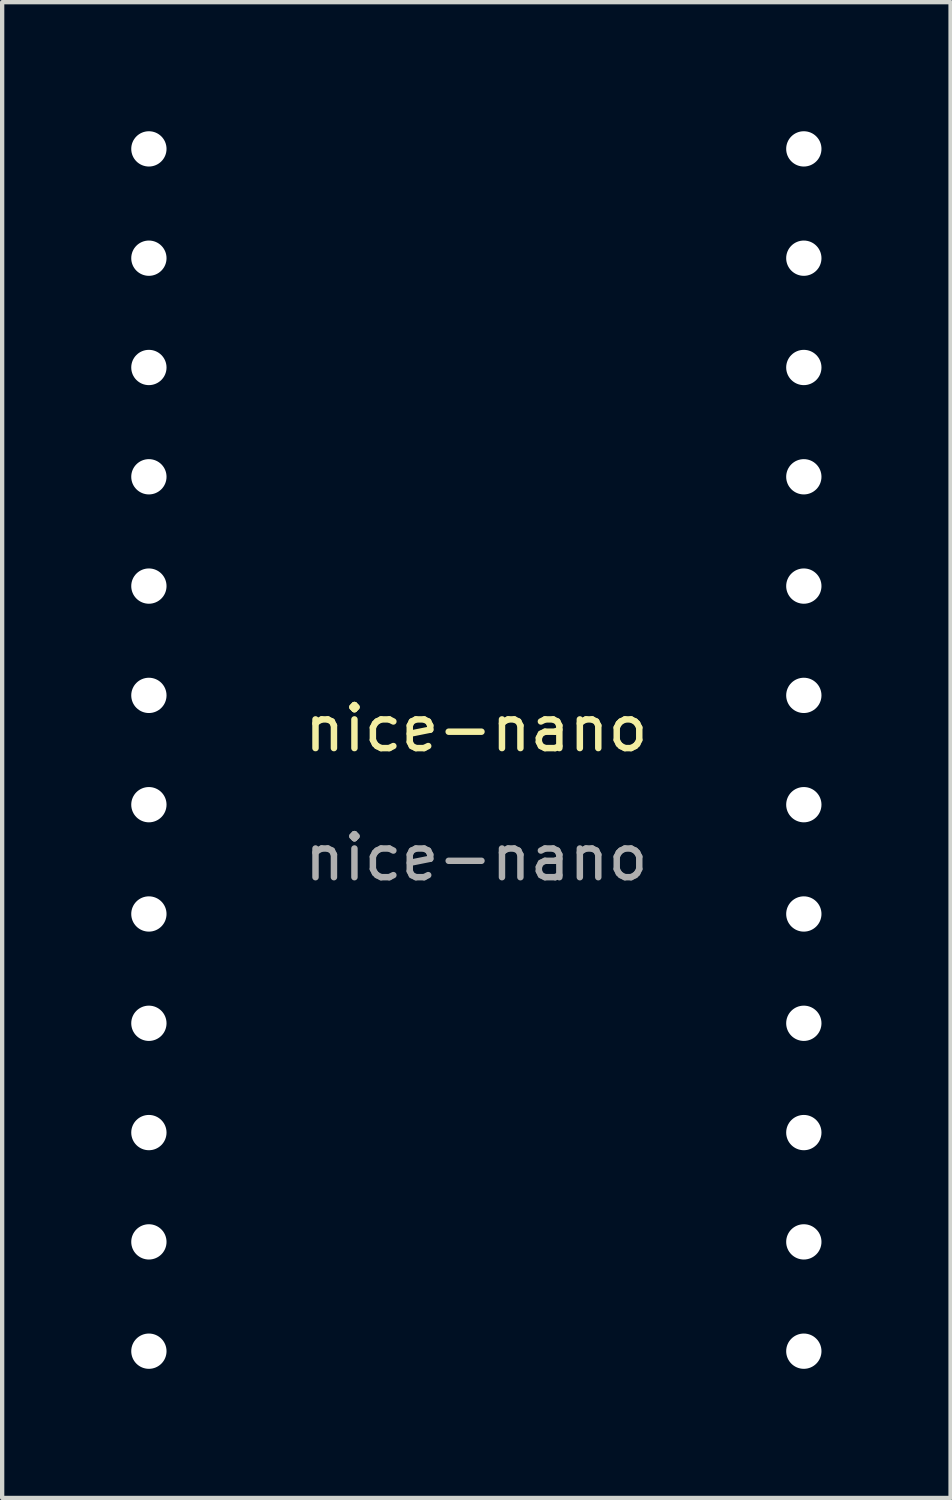
<source format=kicad_pcb>
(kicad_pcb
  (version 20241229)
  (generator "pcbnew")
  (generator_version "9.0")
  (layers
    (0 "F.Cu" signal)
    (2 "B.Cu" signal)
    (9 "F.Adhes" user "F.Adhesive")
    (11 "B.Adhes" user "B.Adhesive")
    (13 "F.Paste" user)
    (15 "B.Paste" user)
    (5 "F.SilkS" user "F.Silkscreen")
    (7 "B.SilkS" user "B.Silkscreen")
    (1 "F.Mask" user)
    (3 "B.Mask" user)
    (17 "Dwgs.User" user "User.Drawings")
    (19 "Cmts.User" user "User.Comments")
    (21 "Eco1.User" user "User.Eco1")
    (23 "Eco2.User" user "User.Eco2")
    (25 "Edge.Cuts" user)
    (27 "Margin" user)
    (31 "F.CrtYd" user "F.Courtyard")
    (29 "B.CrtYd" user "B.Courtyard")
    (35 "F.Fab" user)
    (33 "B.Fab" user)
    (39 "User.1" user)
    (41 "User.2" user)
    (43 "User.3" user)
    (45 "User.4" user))
  (footprint "nice-nano"
    (layer "F.Cu")
    (at 8.02 14.38)
    (property "Reference" "nice-nano" (at 0 -0.5 0) (unlocked yes) (layer "F.SilkS") (effects (font (size 1 1) (thickness 0.15))))
    (fp_text user "${REFERENCE}" (at 0 2.5 0) (unlocked yes) (layer "F.Fab") (effects (font (size 1 1) (thickness 0.15))))
    (pad "" np_thru_hole circle (at -7.61 -13.97) (size 0.82 0.82) (drill 0.82) (layers "*.Cu" "*.Mask"))
    (pad "" np_thru_hole circle (at -7.61 -11.43) (size 0.82 0.82) (drill 0.82) (layers "*.Cu" "*.Mask"))
    (pad "" np_thru_hole circle (at -7.61 -8.89) (size 0.82 0.82) (drill 0.82) (layers "*.Cu" "*.Mask"))
    (pad "" np_thru_hole circle (at -7.61 -6.35) (size 0.82 0.82) (drill 0.82) (layers "*.Cu" "*.Mask"))
    (pad "" np_thru_hole circle (at -7.61 -3.81) (size 0.82 0.82) (drill 0.82) (layers "*.Cu" "*.Mask"))
    (pad "" np_thru_hole circle (at -7.61 -1.27) (size 0.82 0.82) (drill 0.82) (layers "*.Cu" "*.Mask"))
    (pad "" np_thru_hole circle (at -7.61 1.27) (size 0.82 0.82) (drill 0.82) (layers "*.Cu" "*.Mask"))
    (pad "" np_thru_hole circle (at -7.61 3.81) (size 0.82 0.82) (drill 0.82) (layers "*.Cu" "*.Mask"))
    (pad "" np_thru_hole circle (at -7.61 6.35) (size 0.82 0.82) (drill 0.82) (layers "*.Cu" "*.Mask"))
    (pad "" np_thru_hole circle (at -7.61 8.89) (size 0.82 0.82) (drill 0.82) (layers "*.Cu" "*.Mask"))
    (pad "" np_thru_hole circle (at -7.61 11.43) (size 0.82 0.82) (drill 0.82) (layers "*.Cu" "*.Mask"))
    (pad "" np_thru_hole circle (at -7.61 13.97) (size 0.82 0.82) (drill 0.82) (layers "*.Cu" "*.Mask"))
    (pad "" np_thru_hole circle (at 7.61 -13.97) (size 0.82 0.82) (drill 0.82) (layers "*.Cu" "*.Mask"))
    (pad "" np_thru_hole circle (at 7.61 -11.43) (size 0.82 0.82) (drill 0.82) (layers "*.Cu" "*.Mask"))
    (pad "" np_thru_hole circle (at 7.61 -8.89) (size 0.82 0.82) (drill 0.82) (layers "*.Cu" "*.Mask"))
    (pad "" np_thru_hole circle (at 7.61 -6.35) (size 0.82 0.82) (drill 0.82) (layers "*.Cu" "*.Mask"))
    (pad "" np_thru_hole circle (at 7.61 -3.81) (size 0.82 0.82) (drill 0.82) (layers "*.Cu" "*.Mask"))
    (pad "" np_thru_hole circle (at 7.61 -1.27) (size 0.82 0.82) (drill 0.82) (layers "*.Cu" "*.Mask"))
    (pad "" np_thru_hole circle (at 7.61 1.27) (size 0.82 0.82) (drill 0.82) (layers "*.Cu" "*.Mask"))
    (pad "" np_thru_hole circle (at 7.61 3.81) (size 0.82 0.82) (drill 0.82) (layers "*.Cu" "*.Mask"))
    (pad "" np_thru_hole circle (at 7.61 6.35) (size 0.82 0.82) (drill 0.82) (layers "*.Cu" "*.Mask"))
    (pad "" np_thru_hole circle (at 7.61 8.89) (size 0.82 0.82) (drill 0.82) (layers "*.Cu" "*.Mask"))
    (pad "" np_thru_hole circle (at 7.61 11.43) (size 0.82 0.82) (drill 0.82) (layers "*.Cu" "*.Mask"))
    (pad "" np_thru_hole circle (at 7.61 13.97) (size 0.82 0.82) (drill 0.82) (layers "*.Cu" "*.Mask")))
  (gr_rect
    (start -3 -3)
    (end 19.04 31.76)
    (stroke (width 0.1) (type default))
    (fill no)
    (layer "Edge.Cuts")))
</source>
